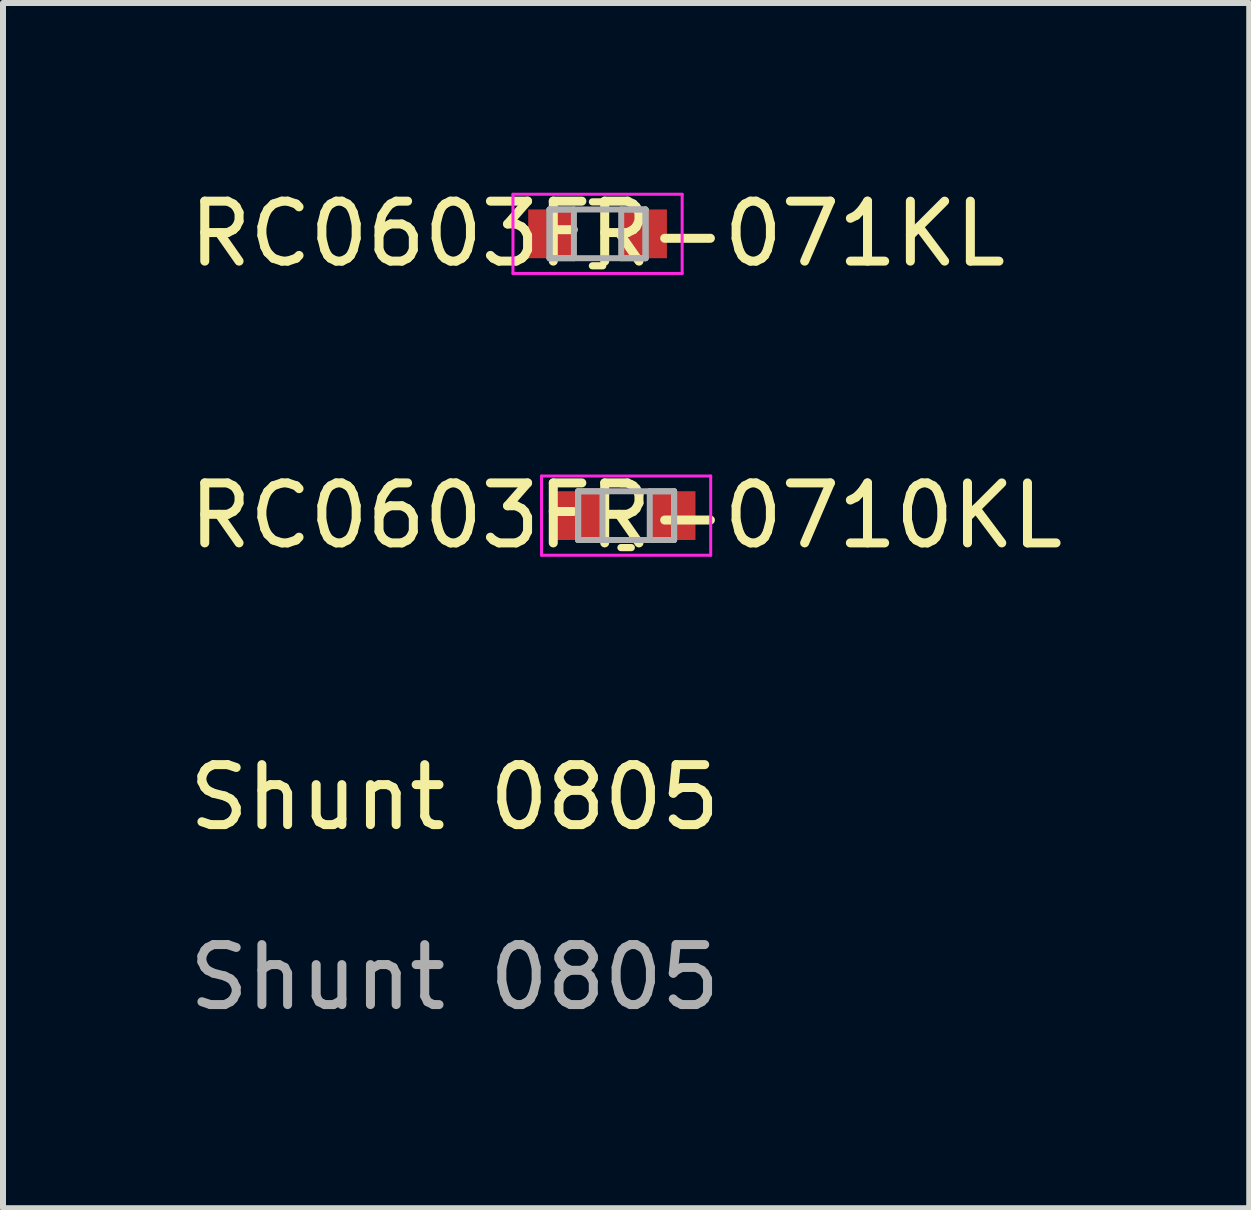
<source format=kicad_pcb>
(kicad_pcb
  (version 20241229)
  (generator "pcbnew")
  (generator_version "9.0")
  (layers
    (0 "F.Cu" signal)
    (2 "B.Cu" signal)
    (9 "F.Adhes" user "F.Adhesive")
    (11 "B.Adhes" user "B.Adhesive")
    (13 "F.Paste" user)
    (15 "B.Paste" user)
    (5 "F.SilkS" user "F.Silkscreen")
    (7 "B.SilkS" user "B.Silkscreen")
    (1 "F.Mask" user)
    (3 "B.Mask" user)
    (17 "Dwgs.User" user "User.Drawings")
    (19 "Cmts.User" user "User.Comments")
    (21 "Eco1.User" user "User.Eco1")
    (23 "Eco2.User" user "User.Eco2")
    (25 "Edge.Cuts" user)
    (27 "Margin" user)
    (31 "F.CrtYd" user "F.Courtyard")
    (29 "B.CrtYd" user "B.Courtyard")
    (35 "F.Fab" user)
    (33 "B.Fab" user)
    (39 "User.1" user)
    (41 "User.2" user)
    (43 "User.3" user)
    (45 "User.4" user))
  (footprint "RC0603FR-071KL"
    (layer "F.Cu")
    (at 6.911 0.848)
    (property "Reference" "RC0603FR-071KL" (at 0 0 0) (layer "F.SilkS") (effects (font (size 1 1) (thickness 0.15))))
    (attr smd)
    (fp_line (start -0.086 0.533) (end 0.086 0.533) (stroke (width 0.12) (type solid)) (layer "F.SilkS"))
    (fp_line (start 0.086 -0.533) (end -0.086 -0.533) (stroke (width 0.12) (type solid)) (layer "F.SilkS"))
    (fp_line (start -1.41 -0.66) (end 1.41 -0.66) (stroke (width 0.05) (type solid)) (layer "F.CrtYd"))
    (fp_line (start -1.41 0.66) (end -1.41 -0.66) (stroke (width 0.05) (type solid)) (layer "F.CrtYd"))
    (fp_line (start 1.41 -0.66) (end 1.41 0.66) (stroke (width 0.05) (type solid)) (layer "F.CrtYd"))
    (fp_line (start 1.41 0.66) (end -1.41 0.66) (stroke (width 0.05) (type solid)) (layer "F.CrtYd"))
    (fp_line (start -0.8 -0.406) (end -0.8 0.406) (stroke (width 0.1) (type solid)) (layer "F.Fab"))
    (fp_line (start -0.8 -0.406) (end -0.8 0.406) (stroke (width 0.1) (type solid)) (layer "F.Fab"))
    (fp_line (start -0.8 0.406) (end -0.394 0.406) (stroke (width 0.1) (type solid)) (layer "F.Fab"))
    (fp_line (start -0.8 0.406) (end 0.8 0.406) (stroke (width 0.1) (type solid)) (layer "F.Fab"))
    (fp_line (start -0.394 -0.406) (end -0.8 -0.406) (stroke (width 0.1) (type solid)) (layer "F.Fab"))
    (fp_line (start -0.394 0.406) (end -0.394 -0.406) (stroke (width 0.1) (type solid)) (layer "F.Fab"))
    (fp_line (start 0.394 -0.406) (end 0.394 0.406) (stroke (width 0.1) (type solid)) (layer "F.Fab"))
    (fp_line (start 0.394 0.406) (end 0.8 0.406) (stroke (width 0.1) (type solid)) (layer "F.Fab"))
    (fp_line (start 0.8 -0.406) (end -0.8 -0.406) (stroke (width 0.1) (type solid)) (layer "F.Fab"))
    (fp_line (start 0.8 -0.406) (end 0.394 -0.406) (stroke (width 0.1) (type solid)) (layer "F.Fab"))
    (fp_line (start 0.8 0.406) (end 0.8 -0.406) (stroke (width 0.1) (type solid)) (layer "F.Fab"))
    (fp_line (start 0.8 0.406) (end 0.8 -0.406) (stroke (width 0.1) (type solid)) (layer "F.Fab"))
    (pad "1" smd rect (at -0.775 0) (size 0.762 0.813) (layers "F.Cu" "F.Mask" "F.Paste"))
    (pad "2" smd rect (at 0.775 0) (size 0.762 0.813) (layers "F.Cu" "F.Mask" "F.Paste")))
  (footprint "RC0603FR-0710KL"
    (layer "F.Cu")
    (at 7.387 5.545)
    (property "Reference" "RC0603FR-0710KL" (at 0 0 0) (layer "F.SilkS") (effects (font (size 1 1) (thickness 0.15))))
    (attr smd)
    (fp_line (start -0.086 0.533) (end 0.086 0.533) (stroke (width 0.12) (type solid)) (layer "F.SilkS"))
    (fp_line (start 0.086 -0.533) (end -0.086 -0.533) (stroke (width 0.12) (type solid)) (layer "F.SilkS"))
    (fp_line (start -1.41 -0.66) (end 1.41 -0.66) (stroke (width 0.05) (type solid)) (layer "F.CrtYd"))
    (fp_line (start -1.41 0.66) (end -1.41 -0.66) (stroke (width 0.05) (type solid)) (layer "F.CrtYd"))
    (fp_line (start 1.41 -0.66) (end 1.41 0.66) (stroke (width 0.05) (type solid)) (layer "F.CrtYd"))
    (fp_line (start 1.41 0.66) (end -1.41 0.66) (stroke (width 0.05) (type solid)) (layer "F.CrtYd"))
    (fp_line (start -0.8 -0.406) (end -0.8 0.406) (stroke (width 0.1) (type solid)) (layer "F.Fab"))
    (fp_line (start -0.8 -0.406) (end -0.8 0.406) (stroke (width 0.1) (type solid)) (layer "F.Fab"))
    (fp_line (start -0.8 0.406) (end -0.394 0.406) (stroke (width 0.1) (type solid)) (layer "F.Fab"))
    (fp_line (start -0.8 0.406) (end 0.8 0.406) (stroke (width 0.1) (type solid)) (layer "F.Fab"))
    (fp_line (start -0.394 -0.406) (end -0.8 -0.406) (stroke (width 0.1) (type solid)) (layer "F.Fab"))
    (fp_line (start -0.394 0.406) (end -0.394 -0.406) (stroke (width 0.1) (type solid)) (layer "F.Fab"))
    (fp_line (start 0.394 -0.406) (end 0.394 0.406) (stroke (width 0.1) (type solid)) (layer "F.Fab"))
    (fp_line (start 0.394 0.406) (end 0.8 0.406) (stroke (width 0.1) (type solid)) (layer "F.Fab"))
    (fp_line (start 0.8 -0.406) (end -0.8 -0.406) (stroke (width 0.1) (type solid)) (layer "F.Fab"))
    (fp_line (start 0.8 -0.406) (end 0.394 -0.406) (stroke (width 0.1) (type solid)) (layer "F.Fab"))
    (fp_line (start 0.8 0.406) (end 0.8 -0.406) (stroke (width 0.1) (type solid)) (layer "F.Fab"))
    (fp_line (start 0.8 0.406) (end 0.8 -0.406) (stroke (width 0.1) (type solid)) (layer "F.Fab"))
    (pad "1" smd rect (at -0.775 0) (size 0.762 0.813) (layers "F.Cu" "F.Mask" "F.Paste"))
    (pad "2" smd rect (at 0.775 0) (size 0.762 0.813) (layers "F.Cu" "F.Mask" "F.Paste")))
  (footprint "Shunt 0805"
    (layer "F.Cu")
    (at 4.53 10.741)
    (property "Reference" "Shunt 0805" (at 0 -0.5 0) (unlocked yes) (layer "F.SilkS") (effects (font (size 1 1) (thickness 0.15))))
    (attr smd)
    (fp_text user "${REFERENCE}" (at 0 2.5 0) (unlocked yes) (layer "F.Fab") (effects (font (size 1 1) (thickness 0.15)))))
  (gr_rect
    (start -3 -3)
    (end 17.774 17.09)
    (stroke (width 0.1) (type default))
    (fill no)
    (layer "Edge.Cuts")))
</source>
